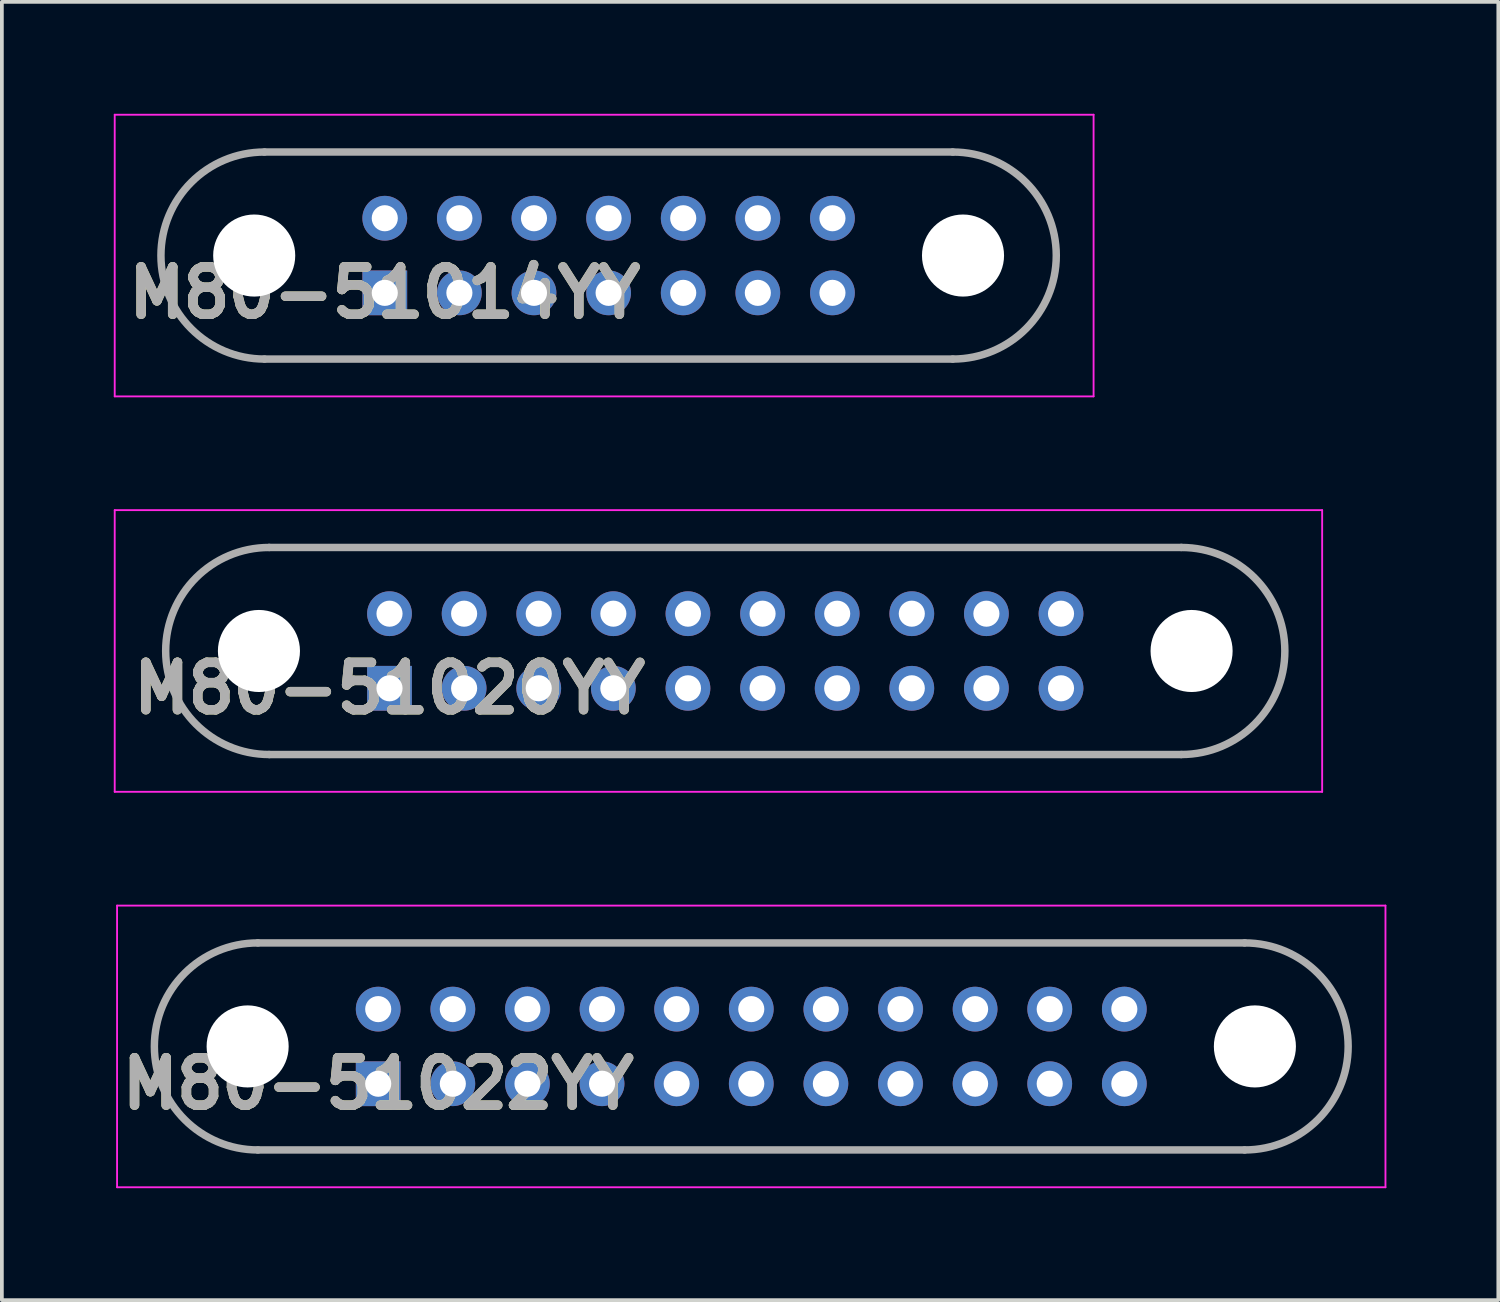
<source format=kicad_pcb>
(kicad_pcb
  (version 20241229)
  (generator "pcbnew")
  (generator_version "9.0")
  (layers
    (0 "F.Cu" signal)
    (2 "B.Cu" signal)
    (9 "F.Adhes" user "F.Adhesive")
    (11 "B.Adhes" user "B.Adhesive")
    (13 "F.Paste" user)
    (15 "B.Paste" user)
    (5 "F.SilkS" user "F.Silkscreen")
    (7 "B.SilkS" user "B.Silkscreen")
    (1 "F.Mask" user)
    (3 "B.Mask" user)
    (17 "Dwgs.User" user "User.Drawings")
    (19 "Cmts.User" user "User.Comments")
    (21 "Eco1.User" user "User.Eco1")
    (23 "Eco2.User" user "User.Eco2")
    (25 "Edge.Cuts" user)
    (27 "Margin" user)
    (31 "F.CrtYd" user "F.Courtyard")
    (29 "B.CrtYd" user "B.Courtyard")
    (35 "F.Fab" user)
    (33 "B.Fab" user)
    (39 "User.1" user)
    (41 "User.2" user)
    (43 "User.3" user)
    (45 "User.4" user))
  (footprint "M80-51022YY"
    (layer "F.Cu")
    (at 7.088 26)
    (property "Reference" "M80-51022YY" (at 0 0 0) (layer "F.SilkS") (effects (font (size 1.27 1.27) (thickness 0.254))))
    (attr through_hole)
    (fp_line (start -3.225 -3.775) (end 23.225 -3.775) (stroke (width 0.1) (type solid)) (layer "F.SilkS"))
    (fp_line (start 23.225 1.775) (end -3.225 1.775) (stroke (width 0.1) (type solid)) (layer "F.SilkS"))
    (fp_arc (start -3.225 1.775) (mid -6 -1) (end -3.225 -3.775) (stroke (width 0.1) (type solid)) (layer "F.SilkS"))
    (fp_arc (start 23.225 -3.775) (mid 26 -1) (end 23.225 1.775) (stroke (width 0.1) (type solid)) (layer "F.SilkS"))
    (fp_line (start -7 -4.775) (end 27 -4.775) (stroke (width 0.05) (type solid)) (layer "F.CrtYd"))
    (fp_line (start -7 2.775) (end -7 -4.775) (stroke (width 0.05) (type solid)) (layer "F.CrtYd"))
    (fp_line (start 27 -4.775) (end 27 2.775) (stroke (width 0.05) (type solid)) (layer "F.CrtYd"))
    (fp_line (start 27 2.775) (end -7 2.775) (stroke (width 0.05) (type solid)) (layer "F.CrtYd"))
    (fp_line (start -3.225 -3.775) (end 23.225 -3.775) (stroke (width 0.2) (type solid)) (layer "F.Fab"))
    (fp_line (start 23.225 1.775) (end -3.225 1.775) (stroke (width 0.2) (type solid)) (layer "F.Fab"))
    (fp_arc (start -3.225 1.775) (mid -6 -1) (end -3.225 -3.775) (stroke (width 0.2) (type solid)) (layer "F.Fab"))
    (fp_arc (start 23.225 -3.775) (mid 26 -1) (end 23.225 1.775) (stroke (width 0.2) (type solid)) (layer "F.Fab"))
    (fp_text user "${REFERENCE}" (at 0 0 0) (layer "F.Fab") (effects (font (size 1.27 1.27) (thickness 0.254))))
    (pad "" np_thru_hole circle (at -3.5 -1) (size 2.2 2.2) (drill 2.2) (layers "*.Cu" "*.Mask"))
    (pad "" np_thru_hole circle (at 23.5 -1) (size 2.2 2.2) (drill 2.2) (layers "*.Cu" "*.Mask"))
    (pad "1" thru_hole rect (at 0 0) (size 1.2 1.2) (drill 0.7) (layers "*.Cu" "*.Mask"))
    (pad "2" thru_hole circle (at 2 0) (size 1.2 1.2) (drill 0.7) (layers "*.Cu" "*.Mask"))
    (pad "3" thru_hole circle (at 4 0) (size 1.2 1.2) (drill 0.7) (layers "*.Cu" "*.Mask"))
    (pad "4" thru_hole circle (at 6 0) (size 1.2 1.2) (drill 0.7) (layers "*.Cu" "*.Mask"))
    (pad "5" thru_hole circle (at 8 0) (size 1.2 1.2) (drill 0.7) (layers "*.Cu" "*.Mask"))
    (pad "6" thru_hole circle (at 10 0) (size 1.2 1.2) (drill 0.7) (layers "*.Cu" "*.Mask"))
    (pad "7" thru_hole circle (at 12 0) (size 1.2 1.2) (drill 0.7) (layers "*.Cu" "*.Mask"))
    (pad "8" thru_hole circle (at 14 0) (size 1.2 1.2) (drill 0.7) (layers "*.Cu" "*.Mask"))
    (pad "9" thru_hole circle (at 16 0) (size 1.2 1.2) (drill 0.7) (layers "*.Cu" "*.Mask"))
    (pad "10" thru_hole circle (at 18 0) (size 1.2 1.2) (drill 0.7) (layers "*.Cu" "*.Mask"))
    (pad "11" thru_hole circle (at 20 0) (size 1.2 1.2) (drill 0.7) (layers "*.Cu" "*.Mask"))
    (pad "12" thru_hole circle (at 0 -2) (size 1.2 1.2) (drill 0.7) (layers "*.Cu" "*.Mask"))
    (pad "13" thru_hole circle (at 2 -2) (size 1.2 1.2) (drill 0.7) (layers "*.Cu" "*.Mask"))
    (pad "14" thru_hole circle (at 4 -2) (size 1.2 1.2) (drill 0.7) (layers "*.Cu" "*.Mask"))
    (pad "15" thru_hole circle (at 6 -2) (size 1.2 1.2) (drill 0.7) (layers "*.Cu" "*.Mask"))
    (pad "16" thru_hole circle (at 8 -2) (size 1.2 1.2) (drill 0.7) (layers "*.Cu" "*.Mask"))
    (pad "17" thru_hole circle (at 10 -2) (size 1.2 1.2) (drill 0.7) (layers "*.Cu" "*.Mask"))
    (pad "18" thru_hole circle (at 12 -2) (size 1.2 1.2) (drill 0.7) (layers "*.Cu" "*.Mask"))
    (pad "19" thru_hole circle (at 14 -2) (size 1.2 1.2) (drill 0.7) (layers "*.Cu" "*.Mask"))
    (pad "20" thru_hole circle (at 16 -2) (size 1.2 1.2) (drill 0.7) (layers "*.Cu" "*.Mask"))
    (pad "21" thru_hole circle (at 18 -2) (size 1.2 1.2) (drill 0.7) (layers "*.Cu" "*.Mask"))
    (pad "22" thru_hole circle (at 20 -2) (size 1.2 1.2) (drill 0.7) (layers "*.Cu" "*.Mask")))
  (footprint "M80-51020YY"
    (layer "F.Cu")
    (at 7.391 15.4)
    (property "Reference" "M80-51020YY" (at 0 0 0) (layer "F.SilkS") (effects (font (size 1.27 1.27) (thickness 0.254))))
    (attr through_hole)
    (fp_line (start -3.225 -3.775) (end 21.225 -3.775) (stroke (width 0.1) (type solid)) (layer "F.SilkS"))
    (fp_line (start 21.225 1.775) (end -3.225 1.775) (stroke (width 0.1) (type solid)) (layer "F.SilkS"))
    (fp_arc (start -3.225 1.775) (mid -6 -1) (end -3.225 -3.775) (stroke (width 0.1) (type solid)) (layer "F.SilkS"))
    (fp_arc (start 21.225 -3.775) (mid 24 -1) (end 21.225 1.775) (stroke (width 0.1) (type solid)) (layer "F.SilkS"))
    (fp_line (start -7.366 -4.775) (end 25 -4.775) (stroke (width 0.05) (type solid)) (layer "F.CrtYd"))
    (fp_line (start -7.366 2.775) (end -7.366 -4.775) (stroke (width 0.05) (type solid)) (layer "F.CrtYd"))
    (fp_line (start 25 -4.775) (end 25 2.775) (stroke (width 0.05) (type solid)) (layer "F.CrtYd"))
    (fp_line (start 25 2.775) (end -7.366 2.775) (stroke (width 0.05) (type solid)) (layer "F.CrtYd"))
    (fp_line (start -3.225 -3.775) (end 21.225 -3.775) (stroke (width 0.2) (type solid)) (layer "F.Fab"))
    (fp_line (start 21.225 1.775) (end -3.225 1.775) (stroke (width 0.2) (type solid)) (layer "F.Fab"))
    (fp_arc (start -3.225 1.775) (mid -6 -1) (end -3.225 -3.775) (stroke (width 0.2) (type solid)) (layer "F.Fab"))
    (fp_arc (start 21.225 -3.775) (mid 24 -1) (end 21.225 1.775) (stroke (width 0.2) (type solid)) (layer "F.Fab"))
    (fp_text user "${REFERENCE}" (at 0 0 0) (layer "F.Fab") (effects (font (size 1.27 1.27) (thickness 0.254))))
    (pad "" np_thru_hole circle (at -3.5 -1) (size 2.2 2.2) (drill 2.2) (layers "*.Cu" "*.Mask"))
    (pad "" np_thru_hole circle (at 21.5 -1) (size 2.2 2.2) (drill 2.2) (layers "*.Cu" "*.Mask"))
    (pad "1" thru_hole rect (at 0 0) (size 1.2 1.2) (drill 0.7) (layers "*.Cu" "*.Mask"))
    (pad "2" thru_hole circle (at 2 0) (size 1.2 1.2) (drill 0.7) (layers "*.Cu" "*.Mask"))
    (pad "3" thru_hole circle (at 4 0) (size 1.2 1.2) (drill 0.7) (layers "*.Cu" "*.Mask"))
    (pad "4" thru_hole circle (at 6 0) (size 1.2 1.2) (drill 0.7) (layers "*.Cu" "*.Mask"))
    (pad "5" thru_hole circle (at 8 0) (size 1.2 1.2) (drill 0.7) (layers "*.Cu" "*.Mask"))
    (pad "6" thru_hole circle (at 10 0) (size 1.2 1.2) (drill 0.7) (layers "*.Cu" "*.Mask"))
    (pad "7" thru_hole circle (at 12 0) (size 1.2 1.2) (drill 0.7) (layers "*.Cu" "*.Mask"))
    (pad "8" thru_hole circle (at 14 0) (size 1.2 1.2) (drill 0.7) (layers "*.Cu" "*.Mask"))
    (pad "9" thru_hole circle (at 16 0) (size 1.2 1.2) (drill 0.7) (layers "*.Cu" "*.Mask"))
    (pad "10" thru_hole circle (at 18 0) (size 1.2 1.2) (drill 0.7) (layers "*.Cu" "*.Mask"))
    (pad "11" thru_hole circle (at 0 -2) (size 1.2 1.2) (drill 0.7) (layers "*.Cu" "*.Mask"))
    (pad "12" thru_hole circle (at 2 -2) (size 1.2 1.2) (drill 0.7) (layers "*.Cu" "*.Mask"))
    (pad "13" thru_hole circle (at 4 -2) (size 1.2 1.2) (drill 0.7) (layers "*.Cu" "*.Mask"))
    (pad "14" thru_hole circle (at 6 -2) (size 1.2 1.2) (drill 0.7) (layers "*.Cu" "*.Mask"))
    (pad "15" thru_hole circle (at 8 -2) (size 1.2 1.2) (drill 0.7) (layers "*.Cu" "*.Mask"))
    (pad "16" thru_hole circle (at 10 -2) (size 1.2 1.2) (drill 0.7) (layers "*.Cu" "*.Mask"))
    (pad "17" thru_hole circle (at 12 -2) (size 1.2 1.2) (drill 0.7) (layers "*.Cu" "*.Mask"))
    (pad "18" thru_hole circle (at 14 -2) (size 1.2 1.2) (drill 0.7) (layers "*.Cu" "*.Mask"))
    (pad "19" thru_hole circle (at 16 -2) (size 1.2 1.2) (drill 0.7) (layers "*.Cu" "*.Mask"))
    (pad "20" thru_hole circle (at 18 -2) (size 1.2 1.2) (drill 0.7) (layers "*.Cu" "*.Mask")))
  (footprint "M80-51014YY"
    (layer "F.Cu")
    (at 7.264 4.8)
    (property "Reference" "M80-51014YY" (at 0 0 0) (layer "F.SilkS") (effects (font (size 1.27 1.27) (thickness 0.254))))
    (attr through_hole)
    (fp_line (start -3.225 -3.775) (end 15.225 -3.775) (stroke (width 0.1) (type solid)) (layer "F.SilkS"))
    (fp_line (start 15.225 1.775) (end -3.225 1.775) (stroke (width 0.1) (type solid)) (layer "F.SilkS"))
    (fp_arc (start -3.225 1.775) (mid -6 -1) (end -3.225 -3.775) (stroke (width 0.1) (type solid)) (layer "F.SilkS"))
    (fp_arc (start 15.225 -3.775) (mid 18 -1) (end 15.225 1.775) (stroke (width 0.1) (type solid)) (layer "F.SilkS"))
    (fp_line (start -7.239 -4.775) (end 19 -4.775) (stroke (width 0.05) (type solid)) (layer "F.CrtYd"))
    (fp_line (start -7.239 2.775) (end -7.239 -4.775) (stroke (width 0.05) (type solid)) (layer "F.CrtYd"))
    (fp_line (start 19 -4.775) (end 19 2.775) (stroke (width 0.05) (type solid)) (layer "F.CrtYd"))
    (fp_line (start 19 2.775) (end -7.239 2.775) (stroke (width 0.05) (type solid)) (layer "F.CrtYd"))
    (fp_line (start -3.225 -3.775) (end 15.225 -3.775) (stroke (width 0.2) (type solid)) (layer "F.Fab"))
    (fp_line (start 15.225 1.775) (end -3.225 1.775) (stroke (width 0.2) (type solid)) (layer "F.Fab"))
    (fp_arc (start -3.225 1.775) (mid -6 -1) (end -3.225 -3.775) (stroke (width 0.2) (type solid)) (layer "F.Fab"))
    (fp_arc (start 15.225 -3.775) (mid 18 -1) (end 15.225 1.775) (stroke (width 0.2) (type solid)) (layer "F.Fab"))
    (fp_text user "${REFERENCE}" (at 0 0 0) (layer "F.Fab") (effects (font (size 1.27 1.27) (thickness 0.254))))
    (pad "" np_thru_hole circle (at -3.5 -1) (size 2.2 2.2) (drill 2.2) (layers "*.Cu" "*.Mask"))
    (pad "" np_thru_hole circle (at 15.5 -1) (size 2.2 2.2) (drill 2.2) (layers "*.Cu" "*.Mask"))
    (pad "1" thru_hole rect (at 0 0) (size 1.2 1.2) (drill 0.7) (layers "*.Cu" "*.Mask"))
    (pad "2" thru_hole circle (at 2 0) (size 1.2 1.2) (drill 0.7) (layers "*.Cu" "*.Mask"))
    (pad "3" thru_hole circle (at 4 0) (size 1.2 1.2) (drill 0.7) (layers "*.Cu" "*.Mask"))
    (pad "4" thru_hole circle (at 6 0) (size 1.2 1.2) (drill 0.7) (layers "*.Cu" "*.Mask"))
    (pad "5" thru_hole circle (at 8 0) (size 1.2 1.2) (drill 0.7) (layers "*.Cu" "*.Mask"))
    (pad "6" thru_hole circle (at 10 0) (size 1.2 1.2) (drill 0.7) (layers "*.Cu" "*.Mask"))
    (pad "7" thru_hole circle (at 12 0) (size 1.2 1.2) (drill 0.7) (layers "*.Cu" "*.Mask"))
    (pad "8" thru_hole circle (at 0 -2) (size 1.2 1.2) (drill 0.7) (layers "*.Cu" "*.Mask"))
    (pad "9" thru_hole circle (at 2 -2) (size 1.2 1.2) (drill 0.7) (layers "*.Cu" "*.Mask"))
    (pad "10" thru_hole circle (at 4 -2) (size 1.2 1.2) (drill 0.7) (layers "*.Cu" "*.Mask"))
    (pad "11" thru_hole circle (at 6 -2) (size 1.2 1.2) (drill 0.7) (layers "*.Cu" "*.Mask"))
    (pad "12" thru_hole circle (at 8 -2) (size 1.2 1.2) (drill 0.7) (layers "*.Cu" "*.Mask"))
    (pad "13" thru_hole circle (at 10 -2) (size 1.2 1.2) (drill 0.7) (layers "*.Cu" "*.Mask"))
    (pad "14" thru_hole circle (at 12 -2) (size 1.2 1.2) (drill 0.7) (layers "*.Cu" "*.Mask")))
  (gr_rect
    (start -3 -3)
    (end 37.113 31.8)
    (stroke (width 0.1) (type default))
    (fill no)
    (layer "Edge.Cuts")))
</source>
